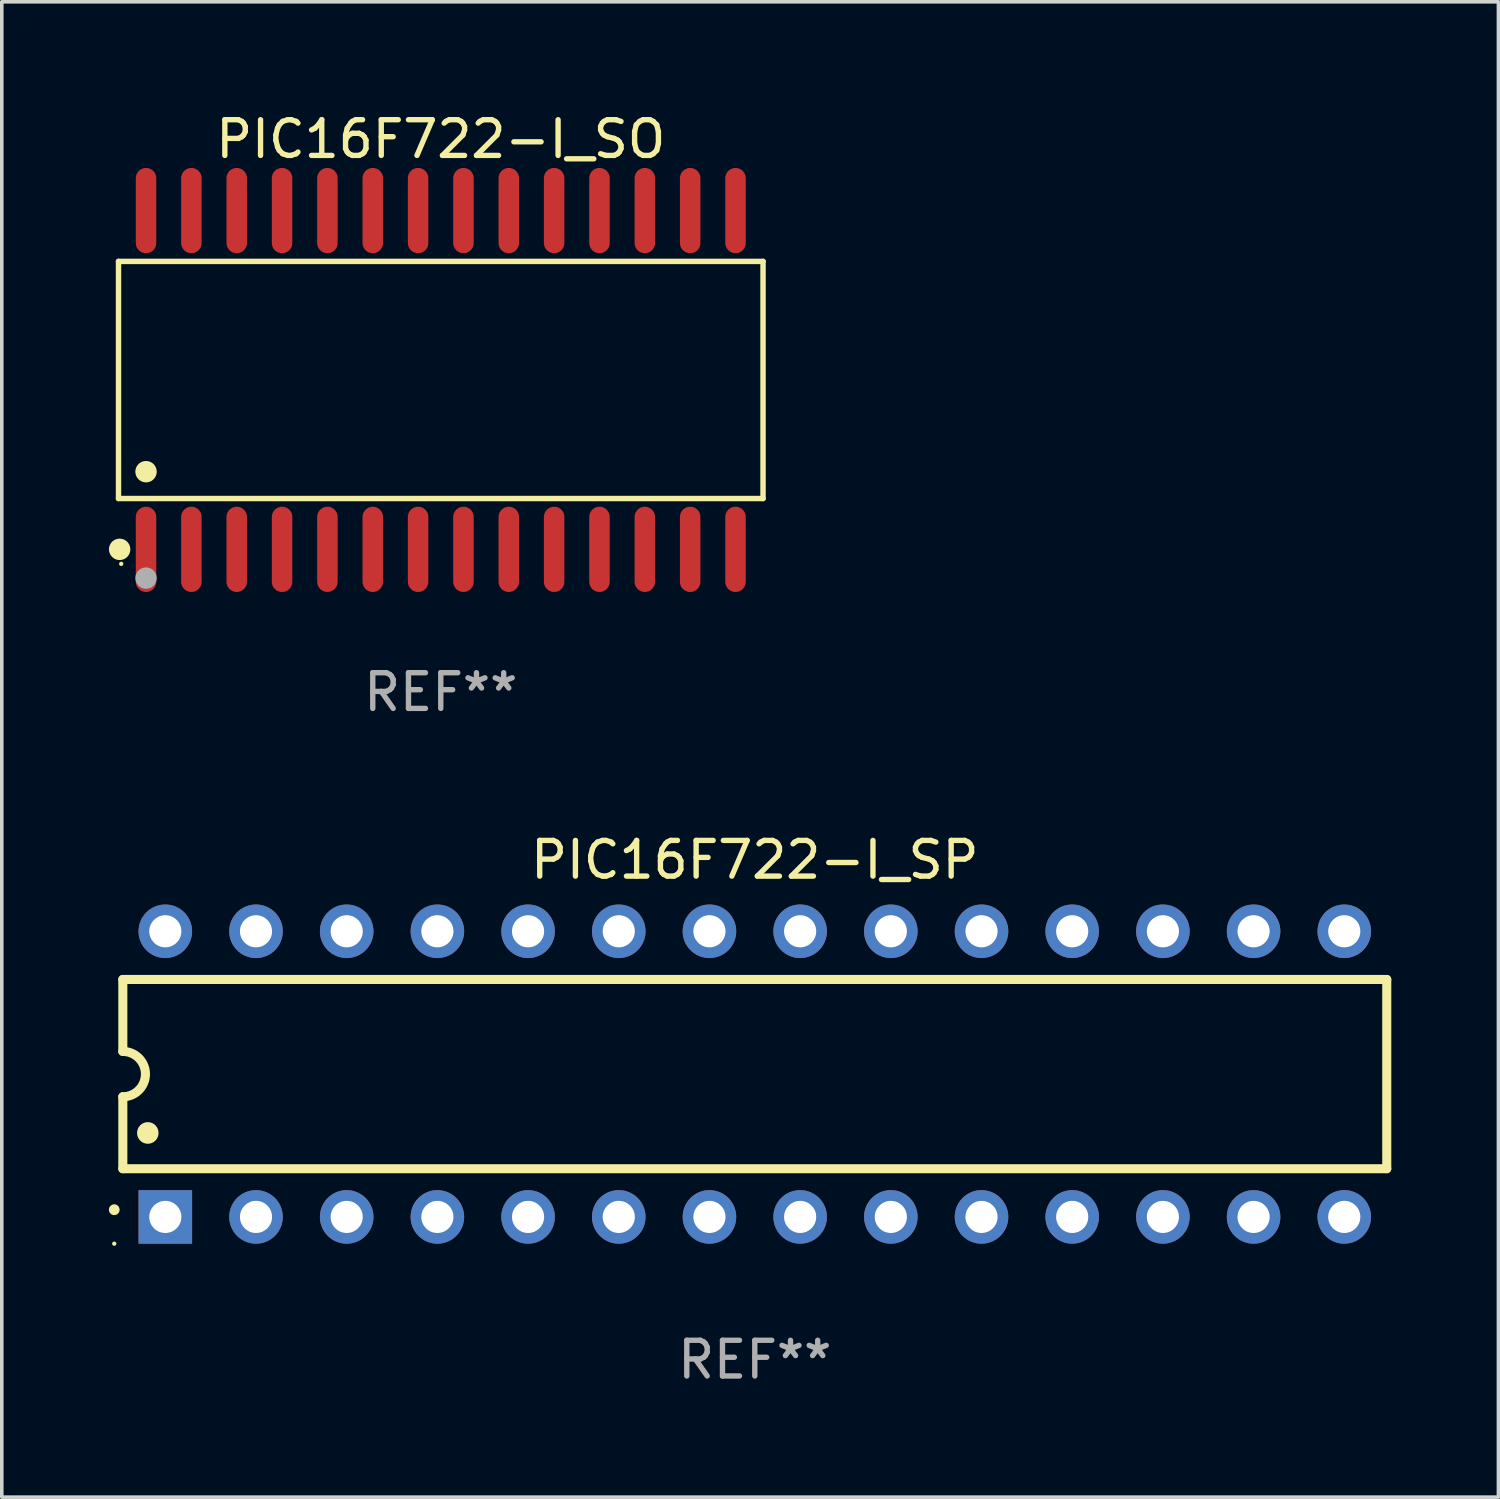
<source format=kicad_pcb>
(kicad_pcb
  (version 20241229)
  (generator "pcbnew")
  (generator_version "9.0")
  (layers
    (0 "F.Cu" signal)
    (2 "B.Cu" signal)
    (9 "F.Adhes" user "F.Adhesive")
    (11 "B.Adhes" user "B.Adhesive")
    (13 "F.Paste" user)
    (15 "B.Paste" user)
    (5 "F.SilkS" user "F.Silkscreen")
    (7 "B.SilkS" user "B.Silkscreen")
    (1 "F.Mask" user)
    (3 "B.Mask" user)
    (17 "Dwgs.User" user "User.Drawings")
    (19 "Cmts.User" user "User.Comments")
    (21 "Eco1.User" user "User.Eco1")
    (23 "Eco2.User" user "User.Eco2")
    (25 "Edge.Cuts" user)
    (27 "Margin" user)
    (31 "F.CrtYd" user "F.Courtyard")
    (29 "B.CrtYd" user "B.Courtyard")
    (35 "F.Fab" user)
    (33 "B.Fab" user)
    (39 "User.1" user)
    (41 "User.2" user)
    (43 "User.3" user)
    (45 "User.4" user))
  (footprint "PIC16F722-I_SO"
    (layer "F.Cu")
    (at 9.295 7.592)
    (property "Reference" "PIC16F722-I_SO" (at 0 -6.744 0) (layer "F.SilkS") (effects (font (size 1 1) (thickness 0.15))))
    (attr through_hole)
    (fp_line (start -9.026 -3.321) (end 9.026 -3.321) (stroke (width 0.152) (type solid)) (layer "F.SilkS"))
    (fp_line (start -9.026 3.321) (end -9.026 -3.321) (stroke (width 0.152) (type solid)) (layer "F.SilkS"))
    (fp_line (start 9.026 -3.321) (end 9.026 3.321) (stroke (width 0.152) (type solid)) (layer "F.SilkS"))
    (fp_line (start 9.026 3.321) (end -9.026 3.321) (stroke (width 0.152) (type solid)) (layer "F.SilkS"))
    (fp_circle (center -8.994 4.744) (end -8.844 4.744) (stroke (width 0.3) (type solid)) (fill no) (layer "F.SilkS"))
    (fp_circle (center -8.95 5.15) (end -8.92 5.15) (stroke (width 0.06) (type solid)) (fill no) (layer "F.SilkS"))
    (fp_circle (center -8.255 2.569) (end -8.105 2.569) (stroke (width 0.3) (type solid)) (fill no) (layer "F.SilkS"))
    (fp_circle (center -8.255 5.55) (end -8.105 5.55) (stroke (width 0.3) (type solid)) (fill no) (layer "F.Fab"))
    (fp_text user "REF**" (at 0 8.744 0) (layer "F.Fab") (effects (font (size 1 1) (thickness 0.15))))
    (pad "1" smd oval (at -8.255 4.744) (size 0.574 2.388) (layers "F.Cu" "F.Mask" "F.Paste"))
    (pad "2" smd oval (at -6.985 4.744) (size 0.574 2.388) (layers "F.Cu" "F.Mask" "F.Paste"))
    (pad "3" smd oval (at -5.715 4.744) (size 0.574 2.388) (layers "F.Cu" "F.Mask" "F.Paste"))
    (pad "4" smd oval (at -4.445 4.744) (size 0.574 2.388) (layers "F.Cu" "F.Mask" "F.Paste"))
    (pad "5" smd oval (at -3.175 4.744) (size 0.574 2.388) (layers "F.Cu" "F.Mask" "F.Paste"))
    (pad "6" smd oval (at -1.905 4.744) (size 0.574 2.388) (layers "F.Cu" "F.Mask" "F.Paste"))
    (pad "7" smd oval (at -0.635 4.744) (size 0.574 2.388) (layers "F.Cu" "F.Mask" "F.Paste"))
    (pad "8" smd oval (at 0.635 4.744) (size 0.574 2.388) (layers "F.Cu" "F.Mask" "F.Paste"))
    (pad "9" smd oval (at 1.905 4.744) (size 0.574 2.388) (layers "F.Cu" "F.Mask" "F.Paste"))
    (pad "10" smd oval (at 3.175 4.744) (size 0.574 2.388) (layers "F.Cu" "F.Mask" "F.Paste"))
    (pad "11" smd oval (at 4.445 4.744) (size 0.574 2.388) (layers "F.Cu" "F.Mask" "F.Paste"))
    (pad "12" smd oval (at 5.715 4.744) (size 0.574 2.388) (layers "F.Cu" "F.Mask" "F.Paste"))
    (pad "13" smd oval (at 6.985 4.744) (size 0.574 2.388) (layers "F.Cu" "F.Mask" "F.Paste"))
    (pad "14" smd oval (at 8.255 4.744) (size 0.574 2.388) (layers "F.Cu" "F.Mask" "F.Paste"))
    (pad "15" smd oval (at 8.255 -4.744) (size 0.574 2.388) (layers "F.Cu" "F.Mask" "F.Paste"))
    (pad "16" smd oval (at 6.985 -4.744) (size 0.574 2.388) (layers "F.Cu" "F.Mask" "F.Paste"))
    (pad "17" smd oval (at 5.715 -4.744) (size 0.574 2.388) (layers "F.Cu" "F.Mask" "F.Paste"))
    (pad "18" smd oval (at 4.445 -4.744) (size 0.574 2.388) (layers "F.Cu" "F.Mask" "F.Paste"))
    (pad "19" smd oval (at 3.175 -4.744) (size 0.574 2.388) (layers "F.Cu" "F.Mask" "F.Paste"))
    (pad "20" smd oval (at 1.905 -4.744) (size 0.574 2.388) (layers "F.Cu" "F.Mask" "F.Paste"))
    (pad "21" smd oval (at 0.635 -4.744) (size 0.574 2.388) (layers "F.Cu" "F.Mask" "F.Paste"))
    (pad "22" smd oval (at -0.635 -4.744) (size 0.574 2.388) (layers "F.Cu" "F.Mask" "F.Paste"))
    (pad "23" smd oval (at -1.905 -4.744) (size 0.574 2.388) (layers "F.Cu" "F.Mask" "F.Paste"))
    (pad "24" smd oval (at -3.175 -4.744) (size 0.574 2.388) (layers "F.Cu" "F.Mask" "F.Paste"))
    (pad "25" smd oval (at -4.445 -4.744) (size 0.574 2.388) (layers "F.Cu" "F.Mask" "F.Paste"))
    (pad "26" smd oval (at -5.715 -4.744) (size 0.574 2.388) (layers "F.Cu" "F.Mask" "F.Paste"))
    (pad "27" smd oval (at -6.985 -4.744) (size 0.574 2.388) (layers "F.Cu" "F.Mask" "F.Paste"))
    (pad "28" smd oval (at -8.255 -4.744) (size 0.574 2.388) (layers "F.Cu" "F.Mask" "F.Paste")))
  (footprint "PIC16F722-I_SP"
    (layer "F.Cu")
    (at 18.09 27.033)
    (property "Reference" "PIC16F722-I_SP" (at 0 -6 0) (layer "F.SilkS") (effects (font (size 1 1) (thickness 0.15))))
    (attr through_hole)
    (fp_line (start -17.7 -2.65) (end 17.7 -2.65) (stroke (width 0.254) (type solid)) (layer "F.SilkS"))
    (fp_line (start -17.7 -0.635) (end -17.7 -2.65) (stroke (width 0.254) (type solid)) (layer "F.SilkS"))
    (fp_line (start -17.7 2.65) (end -17.7 0.635) (stroke (width 0.254) (type solid)) (layer "F.SilkS"))
    (fp_line (start 17.7 -2.65) (end 17.7 2.65) (stroke (width 0.254) (type solid)) (layer "F.SilkS"))
    (fp_line (start 17.7 2.65) (end -17.7 2.65) (stroke (width 0.254) (type solid)) (layer "F.SilkS"))
    (fp_arc (start -17.940056 3.799848) (mid -17.940061 3.798578) (end -17.940056 3.797308) (stroke (width 0.3) (type solid)) (layer "F.SilkS"))
    (fp_arc (start -17.701295 -0.635001) (mid -17.066294 0) (end -17.701295 0.635001) (stroke (width 0.254001) (type solid)) (layer "F.SilkS"))
    (fp_arc (start -17.000254 1.651003) (mid -17.000265 1.648463) (end -17.000254 1.645923) (stroke (width 0.6) (type solid)) (layer "F.SilkS"))
    (fp_circle (center -17.94 4.75) (end -17.91 4.75) (stroke (width 0.06) (type solid)) (fill no) (layer "F.SilkS"))
    (fp_text user "REF**" (at 0 8 0) (layer "F.Fab") (effects (font (size 1 1) (thickness 0.15))))
    (pad "1" thru_hole rect (at -16.51 4 90) (size 1.5 1.5) (drill 0.9) (layers "*.Cu" "*.Mask"))
    (pad "2" thru_hole circle (at -13.97 4) (size 1.5 1.5) (drill 0.9) (layers "*.Cu" "*.Mask"))
    (pad "3" thru_hole circle (at -11.43 4) (size 1.5 1.5) (drill 0.9) (layers "*.Cu" "*.Mask"))
    (pad "4" thru_hole circle (at -8.89 4) (size 1.5 1.5) (drill 0.9) (layers "*.Cu" "*.Mask"))
    (pad "5" thru_hole circle (at -6.35 4) (size 1.5 1.5) (drill 0.9) (layers "*.Cu" "*.Mask"))
    (pad "6" thru_hole circle (at -3.81 4) (size 1.5 1.5) (drill 0.9) (layers "*.Cu" "*.Mask"))
    (pad "7" thru_hole circle (at -1.27 4) (size 1.5 1.5) (drill 0.9) (layers "*.Cu" "*.Mask"))
    (pad "8" thru_hole circle (at 1.27 4) (size 1.5 1.5) (drill 0.9) (layers "*.Cu" "*.Mask"))
    (pad "9" thru_hole circle (at 3.81 4) (size 1.5 1.5) (drill 0.9) (layers "*.Cu" "*.Mask"))
    (pad "10" thru_hole circle (at 6.35 4) (size 1.5 1.5) (drill 0.9) (layers "*.Cu" "*.Mask"))
    (pad "11" thru_hole circle (at 8.89 4) (size 1.5 1.5) (drill 0.9) (layers "*.Cu" "*.Mask"))
    (pad "12" thru_hole circle (at 11.43 4) (size 1.5 1.5) (drill 0.9) (layers "*.Cu" "*.Mask"))
    (pad "13" thru_hole circle (at 13.97 4) (size 1.5 1.5) (drill 0.9) (layers "*.Cu" "*.Mask"))
    (pad "14" thru_hole circle (at 16.51 4) (size 1.5 1.5) (drill 0.9) (layers "*.Cu" "*.Mask"))
    (pad "15" thru_hole circle (at 16.51 -4) (size 1.5 1.5) (drill 0.9) (layers "*.Cu" "*.Mask"))
    (pad "16" thru_hole circle (at 13.97 -4) (size 1.5 1.5) (drill 0.9) (layers "*.Cu" "*.Mask"))
    (pad "17" thru_hole circle (at 11.43 -4) (size 1.5 1.5) (drill 0.9) (layers "*.Cu" "*.Mask"))
    (pad "18" thru_hole circle (at 8.89 -4) (size 1.5 1.5) (drill 0.9) (layers "*.Cu" "*.Mask"))
    (pad "19" thru_hole circle (at 6.35 -4) (size 1.5 1.5) (drill 0.9) (layers "*.Cu" "*.Mask"))
    (pad "20" thru_hole circle (at 3.81 -4) (size 1.5 1.5) (drill 0.9) (layers "*.Cu" "*.Mask"))
    (pad "21" thru_hole circle (at 1.27 -4) (size 1.5 1.5) (drill 0.9) (layers "*.Cu" "*.Mask"))
    (pad "22" thru_hole circle (at -1.27 -4) (size 1.5 1.5) (drill 0.9) (layers "*.Cu" "*.Mask"))
    (pad "23" thru_hole circle (at -3.81 -4) (size 1.5 1.5) (drill 0.9) (layers "*.Cu" "*.Mask"))
    (pad "24" thru_hole circle (at -6.35 -4) (size 1.5 1.5) (drill 0.9) (layers "*.Cu" "*.Mask"))
    (pad "25" thru_hole circle (at -8.89 -4) (size 1.5 1.5) (drill 0.9) (layers "*.Cu" "*.Mask"))
    (pad "26" thru_hole circle (at -11.43 -4) (size 1.5 1.5) (drill 0.9) (layers "*.Cu" "*.Mask"))
    (pad "27" thru_hole circle (at -13.97 -4) (size 1.5 1.5) (drill 0.9) (layers "*.Cu" "*.Mask"))
    (pad "28" thru_hole circle (at -16.51 -4) (size 1.5 1.5) (drill 0.9) (layers "*.Cu" "*.Mask")))
  (gr_rect
    (start -3 -3)
    (end 38.917 38.881)
    (stroke (width 0.1) (type default))
    (fill no)
    (layer "Edge.Cuts")))
</source>
